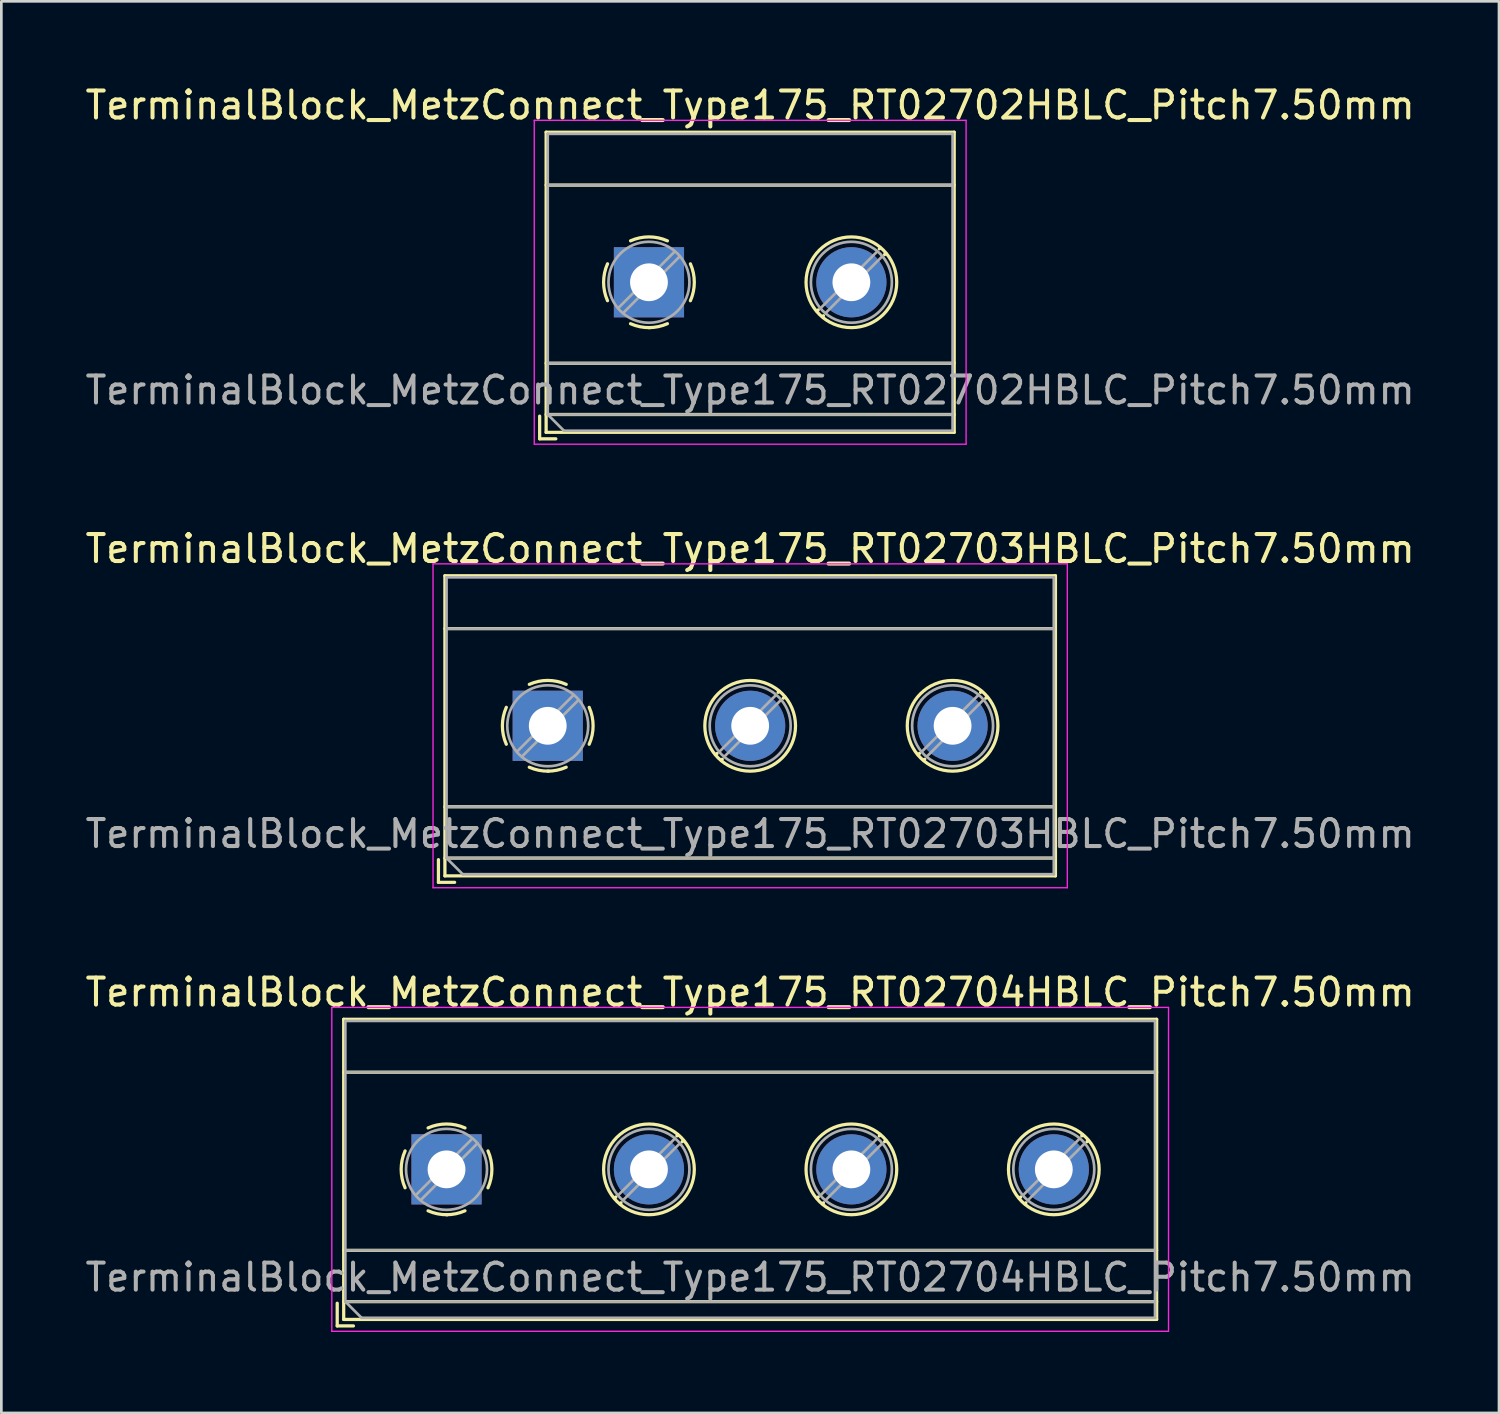
<source format=kicad_pcb>
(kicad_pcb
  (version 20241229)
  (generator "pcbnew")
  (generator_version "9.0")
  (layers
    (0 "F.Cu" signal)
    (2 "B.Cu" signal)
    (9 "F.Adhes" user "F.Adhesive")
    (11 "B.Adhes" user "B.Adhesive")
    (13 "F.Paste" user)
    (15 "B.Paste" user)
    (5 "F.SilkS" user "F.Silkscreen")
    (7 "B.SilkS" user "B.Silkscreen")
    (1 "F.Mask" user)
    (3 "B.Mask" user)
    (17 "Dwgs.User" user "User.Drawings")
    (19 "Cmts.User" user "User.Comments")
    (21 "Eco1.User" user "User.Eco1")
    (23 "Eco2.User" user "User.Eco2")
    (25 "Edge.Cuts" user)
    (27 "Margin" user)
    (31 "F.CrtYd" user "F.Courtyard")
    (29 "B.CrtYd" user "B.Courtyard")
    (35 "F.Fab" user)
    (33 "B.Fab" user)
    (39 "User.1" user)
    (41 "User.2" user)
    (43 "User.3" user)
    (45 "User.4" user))
  (footprint "TerminalBlock_MetzConnect_Type175_RT02703HBLC_Pitch7.50mm"
    (layer "F.Cu")
    (at 17.244 23.841)
    (property "Reference" "TerminalBlock_MetzConnect_Type175_RT02703HBLC_Pitch7.50mm" (at 7.5 -6.56 0) (layer "F.SilkS") (effects (font (size 1 1) (thickness 0.15))))
    (attr through_hole)
    (fp_line (start -4.05 4.96) (end -4.05 5.8) (stroke (width 0.12) (type solid)) (layer "F.SilkS"))
    (fp_line (start -4.05 5.8) (end -3.45 5.8) (stroke (width 0.12) (type solid)) (layer "F.SilkS"))
    (fp_line (start -3.81 -5.56) (end -3.81 5.56) (stroke (width 0.12) (type solid)) (layer "F.SilkS"))
    (fp_line (start -3.81 -3.6) (end 18.81 -3.6) (stroke (width 0.12) (type solid)) (layer "F.SilkS"))
    (fp_line (start -3.81 3) (end 18.81 3) (stroke (width 0.12) (type solid)) (layer "F.SilkS"))
    (fp_line (start -3.81 4.9) (end 18.81 4.9) (stroke (width 0.12) (type solid)) (layer "F.SilkS"))
    (fp_line (start -3.81 5.56) (end 18.81 5.56) (stroke (width 0.12) (type solid)) (layer "F.SilkS"))
    (fp_line (start 6.273 1.023) (end 6.226 1.069) (stroke (width 0.12) (type solid)) (layer "F.SilkS"))
    (fp_line (start 6.466 1.239) (end 6.431 1.274) (stroke (width 0.12) (type solid)) (layer "F.SilkS"))
    (fp_line (start 8.57 -1.275) (end 8.535 -1.239) (stroke (width 0.12) (type solid)) (layer "F.SilkS"))
    (fp_line (start 8.775 -1.069) (end 8.728 -1.023) (stroke (width 0.12) (type solid)) (layer "F.SilkS"))
    (fp_line (start 13.773 1.023) (end 13.726 1.069) (stroke (width 0.12) (type solid)) (layer "F.SilkS"))
    (fp_line (start 13.966 1.239) (end 13.931 1.274) (stroke (width 0.12) (type solid)) (layer "F.SilkS"))
    (fp_line (start 16.07 -1.275) (end 16.035 -1.239) (stroke (width 0.12) (type solid)) (layer "F.SilkS"))
    (fp_line (start 16.275 -1.069) (end 16.228 -1.023) (stroke (width 0.12) (type solid)) (layer "F.SilkS"))
    (fp_line (start 18.81 -5.56) (end -3.81 -5.56) (stroke (width 0.12) (type solid)) (layer "F.SilkS"))
    (fp_line (start 18.81 5.56) (end 18.81 -5.56) (stroke (width 0.12) (type solid)) (layer "F.SilkS"))
    (fp_arc (start -1.535427 0.683042) (mid -1.680501 -0.000524) (end -1.535 -0.684) (stroke (width 0.12) (type solid)) (layer "F.SilkS"))
    (fp_arc (start -0.683042 -1.535427) (mid 0.000524 -1.680501) (end 0.684 -1.535) (stroke (width 0.12) (type solid)) (layer "F.SilkS"))
    (fp_arc (start 0.028805 1.680253) (mid -0.335551 1.646659) (end -0.684 1.535) (stroke (width 0.12) (type solid)) (layer "F.SilkS"))
    (fp_arc (start 0.683318 1.534756) (mid 0.349292 1.643288) (end 0 1.68) (stroke (width 0.12) (type solid)) (layer "F.SilkS"))
    (fp_arc (start 1.535427 -0.683042) (mid 1.680501 0.000524) (end 1.535 0.684) (stroke (width 0.12) (type solid)) (layer "F.SilkS"))
    (fp_circle (center 7.5 0) (end 9.18 0) (stroke (width 0.12) (type solid)) (fill no) (layer "F.SilkS"))
    (fp_circle (center 15 0) (end 16.68 0) (stroke (width 0.12) (type solid)) (fill no) (layer "F.SilkS"))
    (fp_line (start -4.25 -6) (end -4.25 6) (stroke (width 0.05) (type solid)) (layer "F.CrtYd"))
    (fp_line (start -4.25 6) (end 19.25 6) (stroke (width 0.05) (type solid)) (layer "F.CrtYd"))
    (fp_line (start 19.25 -6) (end -4.25 -6) (stroke (width 0.05) (type solid)) (layer "F.CrtYd"))
    (fp_line (start 19.25 6) (end 19.25 -6) (stroke (width 0.05) (type solid)) (layer "F.CrtYd"))
    (fp_line (start -3.75 -5.5) (end 18.75 -5.5) (stroke (width 0.1) (type solid)) (layer "F.Fab"))
    (fp_line (start -3.75 -3.6) (end 18.75 -3.6) (stroke (width 0.1) (type solid)) (layer "F.Fab"))
    (fp_line (start -3.75 3) (end 18.75 3) (stroke (width 0.1) (type solid)) (layer "F.Fab"))
    (fp_line (start -3.75 4.9) (end -3.75 -5.5) (stroke (width 0.1) (type solid)) (layer "F.Fab"))
    (fp_line (start -3.75 4.9) (end 18.75 4.9) (stroke (width 0.1) (type solid)) (layer "F.Fab"))
    (fp_line (start -3.15 5.5) (end -3.75 4.9) (stroke (width 0.1) (type solid)) (layer "F.Fab"))
    (fp_line (start 0.955 -1.138) (end -1.138 0.955) (stroke (width 0.1) (type solid)) (layer "F.Fab"))
    (fp_line (start 1.138 -0.955) (end -0.955 1.138) (stroke (width 0.1) (type solid)) (layer "F.Fab"))
    (fp_line (start 8.455 -1.138) (end 6.363 0.955) (stroke (width 0.1) (type solid)) (layer "F.Fab"))
    (fp_line (start 8.638 -0.955) (end 6.546 1.138) (stroke (width 0.1) (type solid)) (layer "F.Fab"))
    (fp_line (start 15.955 -1.138) (end 13.863 0.955) (stroke (width 0.1) (type solid)) (layer "F.Fab"))
    (fp_line (start 16.138 -0.955) (end 14.046 1.138) (stroke (width 0.1) (type solid)) (layer "F.Fab"))
    (fp_line (start 18.75 -5.5) (end 18.75 5.5) (stroke (width 0.1) (type solid)) (layer "F.Fab"))
    (fp_line (start 18.75 5.5) (end -3.15 5.5) (stroke (width 0.1) (type solid)) (layer "F.Fab"))
    (fp_circle (center 0 0) (end 1.5 0) (stroke (width 0.1) (type solid)) (fill no) (layer "F.Fab"))
    (fp_circle (center 7.5 0) (end 9 0) (stroke (width 0.1) (type solid)) (fill no) (layer "F.Fab"))
    (fp_circle (center 15 0) (end 16.5 0) (stroke (width 0.1) (type solid)) (fill no) (layer "F.Fab"))
    (fp_text user "${REFERENCE}" (at 7.5 4 0) (layer "F.Fab") (effects (font (size 1 1) (thickness 0.15))))
    (pad "1" thru_hole rect (at 0 0) (size 2.6 2.6) (drill 1.4) (layers "*.Cu" "*.Mask"))
    (pad "2" thru_hole circle (at 7.5 0) (size 2.6 2.6) (drill 1.4) (layers "*.Cu" "*.Mask"))
    (pad "3" thru_hole circle (at 15 0) (size 2.6 2.6) (drill 1.4) (layers "*.Cu" "*.Mask")))
  (footprint "TerminalBlock_MetzConnect_Type175_RT02702HBLC_Pitch7.50mm"
    (layer "F.Cu")
    (at 20.994 7.408)
    (property "Reference" "TerminalBlock_MetzConnect_Type175_RT02702HBLC_Pitch7.50mm" (at 3.75 -6.56 0) (layer "F.SilkS") (effects (font (size 1 1) (thickness 0.15))))
    (attr through_hole)
    (fp_line (start -4.05 4.96) (end -4.05 5.8) (stroke (width 0.12) (type solid)) (layer "F.SilkS"))
    (fp_line (start -4.05 5.8) (end -3.45 5.8) (stroke (width 0.12) (type solid)) (layer "F.SilkS"))
    (fp_line (start -3.81 -5.56) (end -3.81 5.56) (stroke (width 0.12) (type solid)) (layer "F.SilkS"))
    (fp_line (start -3.81 -3.6) (end 11.31 -3.6) (stroke (width 0.12) (type solid)) (layer "F.SilkS"))
    (fp_line (start -3.81 3) (end 11.31 3) (stroke (width 0.12) (type solid)) (layer "F.SilkS"))
    (fp_line (start -3.81 4.9) (end 11.31 4.9) (stroke (width 0.12) (type solid)) (layer "F.SilkS"))
    (fp_line (start -3.81 5.56) (end 11.31 5.56) (stroke (width 0.12) (type solid)) (layer "F.SilkS"))
    (fp_line (start 6.273 1.023) (end 6.226 1.069) (stroke (width 0.12) (type solid)) (layer "F.SilkS"))
    (fp_line (start 6.466 1.239) (end 6.431 1.274) (stroke (width 0.12) (type solid)) (layer "F.SilkS"))
    (fp_line (start 8.57 -1.275) (end 8.535 -1.239) (stroke (width 0.12) (type solid)) (layer "F.SilkS"))
    (fp_line (start 8.775 -1.069) (end 8.728 -1.023) (stroke (width 0.12) (type solid)) (layer "F.SilkS"))
    (fp_line (start 11.31 -5.56) (end -3.81 -5.56) (stroke (width 0.12) (type solid)) (layer "F.SilkS"))
    (fp_line (start 11.31 5.56) (end 11.31 -5.56) (stroke (width 0.12) (type solid)) (layer "F.SilkS"))
    (fp_arc (start -1.535427 0.683042) (mid -1.680501 -0.000524) (end -1.535 -0.684) (stroke (width 0.12) (type solid)) (layer "F.SilkS"))
    (fp_arc (start -0.683042 -1.535427) (mid 0.000524 -1.680501) (end 0.684 -1.535) (stroke (width 0.12) (type solid)) (layer "F.SilkS"))
    (fp_arc (start 0.028805 1.680253) (mid -0.335551 1.646659) (end -0.684 1.535) (stroke (width 0.12) (type solid)) (layer "F.SilkS"))
    (fp_arc (start 0.683318 1.534756) (mid 0.349292 1.643288) (end 0 1.68) (stroke (width 0.12) (type solid)) (layer "F.SilkS"))
    (fp_arc (start 1.535427 -0.683042) (mid 1.680501 0.000524) (end 1.535 0.684) (stroke (width 0.12) (type solid)) (layer "F.SilkS"))
    (fp_circle (center 7.5 0) (end 9.18 0) (stroke (width 0.12) (type solid)) (fill no) (layer "F.SilkS"))
    (fp_line (start -4.25 -6) (end -4.25 6) (stroke (width 0.05) (type solid)) (layer "F.CrtYd"))
    (fp_line (start -4.25 6) (end 11.75 6) (stroke (width 0.05) (type solid)) (layer "F.CrtYd"))
    (fp_line (start 11.75 -6) (end -4.25 -6) (stroke (width 0.05) (type solid)) (layer "F.CrtYd"))
    (fp_line (start 11.75 6) (end 11.75 -6) (stroke (width 0.05) (type solid)) (layer "F.CrtYd"))
    (fp_line (start -3.75 -5.5) (end 11.25 -5.5) (stroke (width 0.1) (type solid)) (layer "F.Fab"))
    (fp_line (start -3.75 -3.6) (end 11.25 -3.6) (stroke (width 0.1) (type solid)) (layer "F.Fab"))
    (fp_line (start -3.75 3) (end 11.25 3) (stroke (width 0.1) (type solid)) (layer "F.Fab"))
    (fp_line (start -3.75 4.9) (end -3.75 -5.5) (stroke (width 0.1) (type solid)) (layer "F.Fab"))
    (fp_line (start -3.75 4.9) (end 11.25 4.9) (stroke (width 0.1) (type solid)) (layer "F.Fab"))
    (fp_line (start -3.15 5.5) (end -3.75 4.9) (stroke (width 0.1) (type solid)) (layer "F.Fab"))
    (fp_line (start 0.955 -1.138) (end -1.138 0.955) (stroke (width 0.1) (type solid)) (layer "F.Fab"))
    (fp_line (start 1.138 -0.955) (end -0.955 1.138) (stroke (width 0.1) (type solid)) (layer "F.Fab"))
    (fp_line (start 8.455 -1.138) (end 6.363 0.955) (stroke (width 0.1) (type solid)) (layer "F.Fab"))
    (fp_line (start 8.638 -0.955) (end 6.546 1.138) (stroke (width 0.1) (type solid)) (layer "F.Fab"))
    (fp_line (start 11.25 -5.5) (end 11.25 5.5) (stroke (width 0.1) (type solid)) (layer "F.Fab"))
    (fp_line (start 11.25 5.5) (end -3.15 5.5) (stroke (width 0.1) (type solid)) (layer "F.Fab"))
    (fp_circle (center 0 0) (end 1.5 0) (stroke (width 0.1) (type solid)) (fill no) (layer "F.Fab"))
    (fp_circle (center 7.5 0) (end 9 0) (stroke (width 0.1) (type solid)) (fill no) (layer "F.Fab"))
    (fp_text user "${REFERENCE}" (at 3.75 4 0) (layer "F.Fab") (effects (font (size 1 1) (thickness 0.15))))
    (pad "1" thru_hole rect (at 0 0) (size 2.6 2.6) (drill 1.4) (layers "*.Cu" "*.Mask"))
    (pad "2" thru_hole circle (at 7.5 0) (size 2.6 2.6) (drill 1.4) (layers "*.Cu" "*.Mask")))
  (footprint "TerminalBlock_MetzConnect_Type175_RT02704HBLC_Pitch7.50mm"
    (layer "F.Cu")
    (at 13.494 40.275)
    (property "Reference" "TerminalBlock_MetzConnect_Type175_RT02704HBLC_Pitch7.50mm" (at 11.25 -6.56 0) (layer "F.SilkS") (effects (font (size 1 1) (thickness 0.15))))
    (attr through_hole)
    (fp_line (start -4.05 4.96) (end -4.05 5.8) (stroke (width 0.12) (type solid)) (layer "F.SilkS"))
    (fp_line (start -4.05 5.8) (end -3.45 5.8) (stroke (width 0.12) (type solid)) (layer "F.SilkS"))
    (fp_line (start -3.81 -5.56) (end -3.81 5.56) (stroke (width 0.12) (type solid)) (layer "F.SilkS"))
    (fp_line (start -3.81 -3.6) (end 26.31 -3.6) (stroke (width 0.12) (type solid)) (layer "F.SilkS"))
    (fp_line (start -3.81 3) (end 26.31 3) (stroke (width 0.12) (type solid)) (layer "F.SilkS"))
    (fp_line (start -3.81 4.9) (end 26.31 4.9) (stroke (width 0.12) (type solid)) (layer "F.SilkS"))
    (fp_line (start -3.81 5.56) (end 26.31 5.56) (stroke (width 0.12) (type solid)) (layer "F.SilkS"))
    (fp_line (start 6.273 1.023) (end 6.226 1.069) (stroke (width 0.12) (type solid)) (layer "F.SilkS"))
    (fp_line (start 6.466 1.239) (end 6.431 1.274) (stroke (width 0.12) (type solid)) (layer "F.SilkS"))
    (fp_line (start 8.57 -1.275) (end 8.535 -1.239) (stroke (width 0.12) (type solid)) (layer "F.SilkS"))
    (fp_line (start 8.775 -1.069) (end 8.728 -1.023) (stroke (width 0.12) (type solid)) (layer "F.SilkS"))
    (fp_line (start 13.773 1.023) (end 13.726 1.069) (stroke (width 0.12) (type solid)) (layer "F.SilkS"))
    (fp_line (start 13.966 1.239) (end 13.931 1.274) (stroke (width 0.12) (type solid)) (layer "F.SilkS"))
    (fp_line (start 16.07 -1.275) (end 16.035 -1.239) (stroke (width 0.12) (type solid)) (layer "F.SilkS"))
    (fp_line (start 16.275 -1.069) (end 16.228 -1.023) (stroke (width 0.12) (type solid)) (layer "F.SilkS"))
    (fp_line (start 21.273 1.023) (end 21.226 1.069) (stroke (width 0.12) (type solid)) (layer "F.SilkS"))
    (fp_line (start 21.466 1.239) (end 21.431 1.274) (stroke (width 0.12) (type solid)) (layer "F.SilkS"))
    (fp_line (start 23.57 -1.275) (end 23.535 -1.239) (stroke (width 0.12) (type solid)) (layer "F.SilkS"))
    (fp_line (start 23.775 -1.069) (end 23.728 -1.023) (stroke (width 0.12) (type solid)) (layer "F.SilkS"))
    (fp_line (start 26.31 -5.56) (end -3.81 -5.56) (stroke (width 0.12) (type solid)) (layer "F.SilkS"))
    (fp_line (start 26.31 5.56) (end 26.31 -5.56) (stroke (width 0.12) (type solid)) (layer "F.SilkS"))
    (fp_arc (start -1.535427 0.683042) (mid -1.680501 -0.000524) (end -1.535 -0.684) (stroke (width 0.12) (type solid)) (layer "F.SilkS"))
    (fp_arc (start -0.683042 -1.535427) (mid 0.000524 -1.680501) (end 0.684 -1.535) (stroke (width 0.12) (type solid)) (layer "F.SilkS"))
    (fp_arc (start 0.028805 1.680253) (mid -0.335551 1.646659) (end -0.684 1.535) (stroke (width 0.12) (type solid)) (layer "F.SilkS"))
    (fp_arc (start 0.683318 1.534756) (mid 0.349292 1.643288) (end 0 1.68) (stroke (width 0.12) (type solid)) (layer "F.SilkS"))
    (fp_arc (start 1.535427 -0.683042) (mid 1.680501 0.000524) (end 1.535 0.684) (stroke (width 0.12) (type solid)) (layer "F.SilkS"))
    (fp_circle (center 7.5 0) (end 9.18 0) (stroke (width 0.12) (type solid)) (fill no) (layer "F.SilkS"))
    (fp_circle (center 15 0) (end 16.68 0) (stroke (width 0.12) (type solid)) (fill no) (layer "F.SilkS"))
    (fp_circle (center 22.5 0) (end 24.18 0) (stroke (width 0.12) (type solid)) (fill no) (layer "F.SilkS"))
    (fp_line (start -4.25 -6) (end -4.25 6) (stroke (width 0.05) (type solid)) (layer "F.CrtYd"))
    (fp_line (start -4.25 6) (end 26.75 6) (stroke (width 0.05) (type solid)) (layer "F.CrtYd"))
    (fp_line (start 26.75 -6) (end -4.25 -6) (stroke (width 0.05) (type solid)) (layer "F.CrtYd"))
    (fp_line (start 26.75 6) (end 26.75 -6) (stroke (width 0.05) (type solid)) (layer "F.CrtYd"))
    (fp_line (start -3.75 -5.5) (end 26.25 -5.5) (stroke (width 0.1) (type solid)) (layer "F.Fab"))
    (fp_line (start -3.75 -3.6) (end 26.25 -3.6) (stroke (width 0.1) (type solid)) (layer "F.Fab"))
    (fp_line (start -3.75 3) (end 26.25 3) (stroke (width 0.1) (type solid)) (layer "F.Fab"))
    (fp_line (start -3.75 4.9) (end -3.75 -5.5) (stroke (width 0.1) (type solid)) (layer "F.Fab"))
    (fp_line (start -3.75 4.9) (end 26.25 4.9) (stroke (width 0.1) (type solid)) (layer "F.Fab"))
    (fp_line (start -3.15 5.5) (end -3.75 4.9) (stroke (width 0.1) (type solid)) (layer "F.Fab"))
    (fp_line (start 0.955 -1.138) (end -1.138 0.955) (stroke (width 0.1) (type solid)) (layer "F.Fab"))
    (fp_line (start 1.138 -0.955) (end -0.955 1.138) (stroke (width 0.1) (type solid)) (layer "F.Fab"))
    (fp_line (start 8.455 -1.138) (end 6.363 0.955) (stroke (width 0.1) (type solid)) (layer "F.Fab"))
    (fp_line (start 8.638 -0.955) (end 6.546 1.138) (stroke (width 0.1) (type solid)) (layer "F.Fab"))
    (fp_line (start 15.955 -1.138) (end 13.863 0.955) (stroke (width 0.1) (type solid)) (layer "F.Fab"))
    (fp_line (start 16.138 -0.955) (end 14.046 1.138) (stroke (width 0.1) (type solid)) (layer "F.Fab"))
    (fp_line (start 23.455 -1.138) (end 21.363 0.955) (stroke (width 0.1) (type solid)) (layer "F.Fab"))
    (fp_line (start 23.638 -0.955) (end 21.546 1.138) (stroke (width 0.1) (type solid)) (layer "F.Fab"))
    (fp_line (start 26.25 -5.5) (end 26.25 5.5) (stroke (width 0.1) (type solid)) (layer "F.Fab"))
    (fp_line (start 26.25 5.5) (end -3.15 5.5) (stroke (width 0.1) (type solid)) (layer "F.Fab"))
    (fp_circle (center 0 0) (end 1.5 0) (stroke (width 0.1) (type solid)) (fill no) (layer "F.Fab"))
    (fp_circle (center 7.5 0) (end 9 0) (stroke (width 0.1) (type solid)) (fill no) (layer "F.Fab"))
    (fp_circle (center 15 0) (end 16.5 0) (stroke (width 0.1) (type solid)) (fill no) (layer "F.Fab"))
    (fp_circle (center 22.5 0) (end 24 0) (stroke (width 0.1) (type solid)) (fill no) (layer "F.Fab"))
    (fp_text user "${REFERENCE}" (at 11.25 4 0) (layer "F.Fab") (effects (font (size 1 1) (thickness 0.15))))
    (pad "1" thru_hole rect (at 0 0) (size 2.6 2.6) (drill 1.4) (layers "*.Cu" "*.Mask"))
    (pad "2" thru_hole circle (at 7.5 0) (size 2.6 2.6) (drill 1.4) (layers "*.Cu" "*.Mask"))
    (pad "3" thru_hole circle (at 15 0) (size 2.6 2.6) (drill 1.4) (layers "*.Cu" "*.Mask"))
    (pad "4" thru_hole circle (at 22.5 0) (size 2.6 2.6) (drill 1.4) (layers "*.Cu" "*.Mask")))
  (gr_rect
    (start -3 -3)
    (end 52.488 49.3)
    (stroke (width 0.1) (type default))
    (fill no)
    (layer "Edge.Cuts")))
</source>
